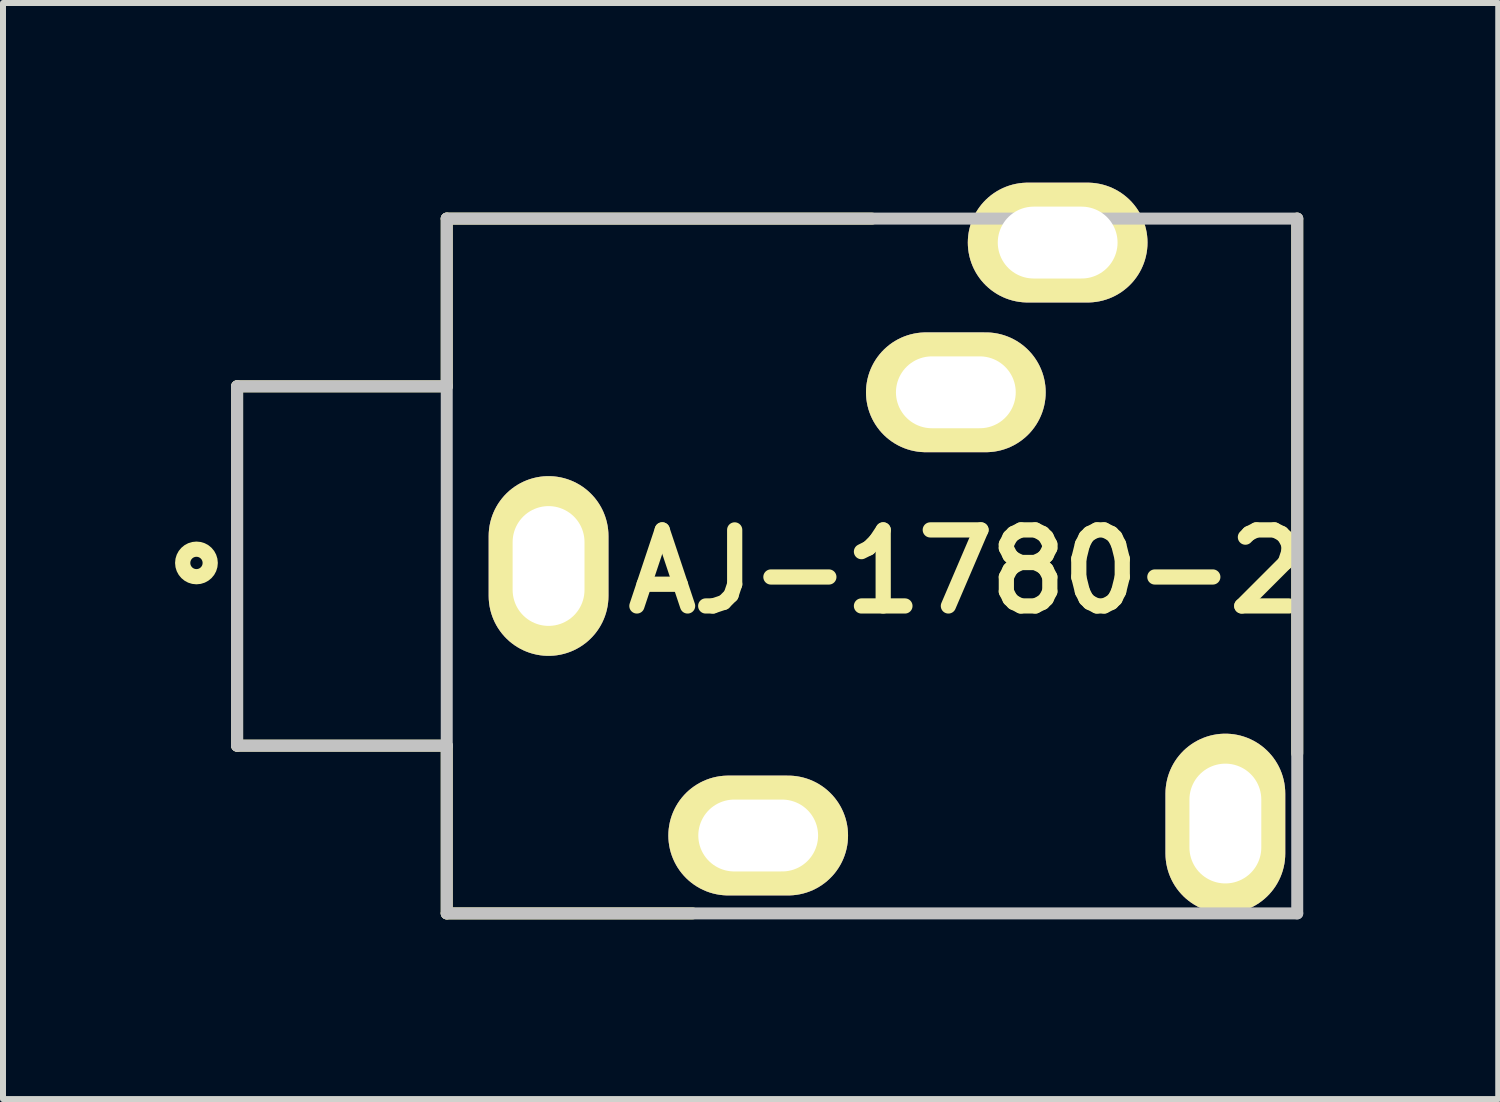
<source format=kicad_pcb>
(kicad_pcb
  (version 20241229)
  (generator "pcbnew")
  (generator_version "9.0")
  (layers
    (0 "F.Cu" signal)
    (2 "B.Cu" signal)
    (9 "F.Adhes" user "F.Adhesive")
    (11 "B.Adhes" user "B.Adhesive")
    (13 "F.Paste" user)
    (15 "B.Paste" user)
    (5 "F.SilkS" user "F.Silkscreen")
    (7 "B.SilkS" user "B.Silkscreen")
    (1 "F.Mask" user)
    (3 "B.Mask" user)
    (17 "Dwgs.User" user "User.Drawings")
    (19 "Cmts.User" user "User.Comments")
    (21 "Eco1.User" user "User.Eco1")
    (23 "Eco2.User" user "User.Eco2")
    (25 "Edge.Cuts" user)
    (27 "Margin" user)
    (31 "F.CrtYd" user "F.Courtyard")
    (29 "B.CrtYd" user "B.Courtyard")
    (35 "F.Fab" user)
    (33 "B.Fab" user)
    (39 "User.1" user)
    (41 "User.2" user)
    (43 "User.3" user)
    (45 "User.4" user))
  (footprint "AJ-1780-2"
    (layer "F.Cu")
    (at 4.409 6.4)
    (property "Reference" "AJ-1780-2" (at 8.678 0.093 0) (layer "F.SilkS") (effects (font (size 1.27 1.27) (thickness 0.254))))
    (attr through_hole)
    (fp_line (start -3.5 -3) (end -3.5 3) (stroke (width 0.2) (type solid)) (layer "F.SilkS"))
    (fp_line (start -3.5 3) (end 0 3) (stroke (width 0.2) (type solid)) (layer "F.SilkS"))
    (fp_line (start 0 -5.8) (end 0 -3) (stroke (width 0.2) (type solid)) (layer "F.SilkS"))
    (fp_line (start 0 -3) (end -3.5 -3) (stroke (width 0.2) (type solid)) (layer "F.SilkS"))
    (fp_line (start 0 3) (end 0 5.8) (stroke (width 0.2) (type solid)) (layer "F.SilkS"))
    (fp_line (start 0 5.8) (end 4.105 5.8) (stroke (width 0.2) (type solid)) (layer "F.SilkS"))
    (fp_line (start 7.1 -5.8) (end 0 -5.8) (stroke (width 0.2) (type solid)) (layer "F.SilkS"))
    (fp_line (start 14.2 -5.8) (end 14.2 3.128) (stroke (width 0.2) (type solid)) (layer "F.SilkS"))
    (fp_circle (center -4.179 -0.051) (end -4.282 -0.051) (stroke (width 0.254) (type solid)) (fill no) (layer "F.SilkS"))
    (fp_line (start -3.5 -3) (end -3.5 3) (stroke (width 0.2) (type solid)) (layer "Dwgs.User"))
    (fp_line (start -3.5 3) (end 0 3) (stroke (width 0.2) (type solid)) (layer "Dwgs.User"))
    (fp_line (start 0 -5.8) (end 14.2 -5.8) (stroke (width 0.2) (type solid)) (layer "Dwgs.User"))
    (fp_line (start 0 -3) (end -3.5 -3) (stroke (width 0.2) (type solid)) (layer "Dwgs.User"))
    (fp_line (start 0 5.8) (end 0 -5.8) (stroke (width 0.2) (type solid)) (layer "Dwgs.User"))
    (fp_line (start 14.2 -5.8) (end 14.2 5.8) (stroke (width 0.2) (type solid)) (layer "Dwgs.User"))
    (fp_line (start 14.2 5.8) (end 0 5.8) (stroke (width 0.2) (type solid)) (layer "Dwgs.User"))
    (pad "G" thru_hole oval (at 1.7 0 90) (size 3 2) (drill oval 2 1.2) (layers "*.Cu" "*.Mask" "F.SilkS"))
    (pad "S" thru_hole oval (at 10.2 -5.4 90) (size 2 3) (drill oval 1.2 2) (layers "*.Cu" "*.Mask" "F.SilkS"))
    (pad "SN" thru_hole oval (at 8.5 -2.9 90) (size 2 3) (drill oval 1.2 2) (layers "*.Cu" "*.Mask" "F.SilkS"))
    (pad "T" thru_hole oval (at 5.2 4.5 90) (size 2 3) (drill oval 1.2 2) (layers "*.Cu" "*.Mask" "F.SilkS"))
    (pad "TN" thru_hole oval (at 13 4.3 90) (size 3 2) (drill oval 2 1.2) (layers "*.Cu" "*.Mask" "F.SilkS")))
  (gr_rect
    (start -3 -3)
    (end 21.965 15.3)
    (stroke (width 0.1) (type default))
    (fill no)
    (layer "Edge.Cuts")))
</source>
